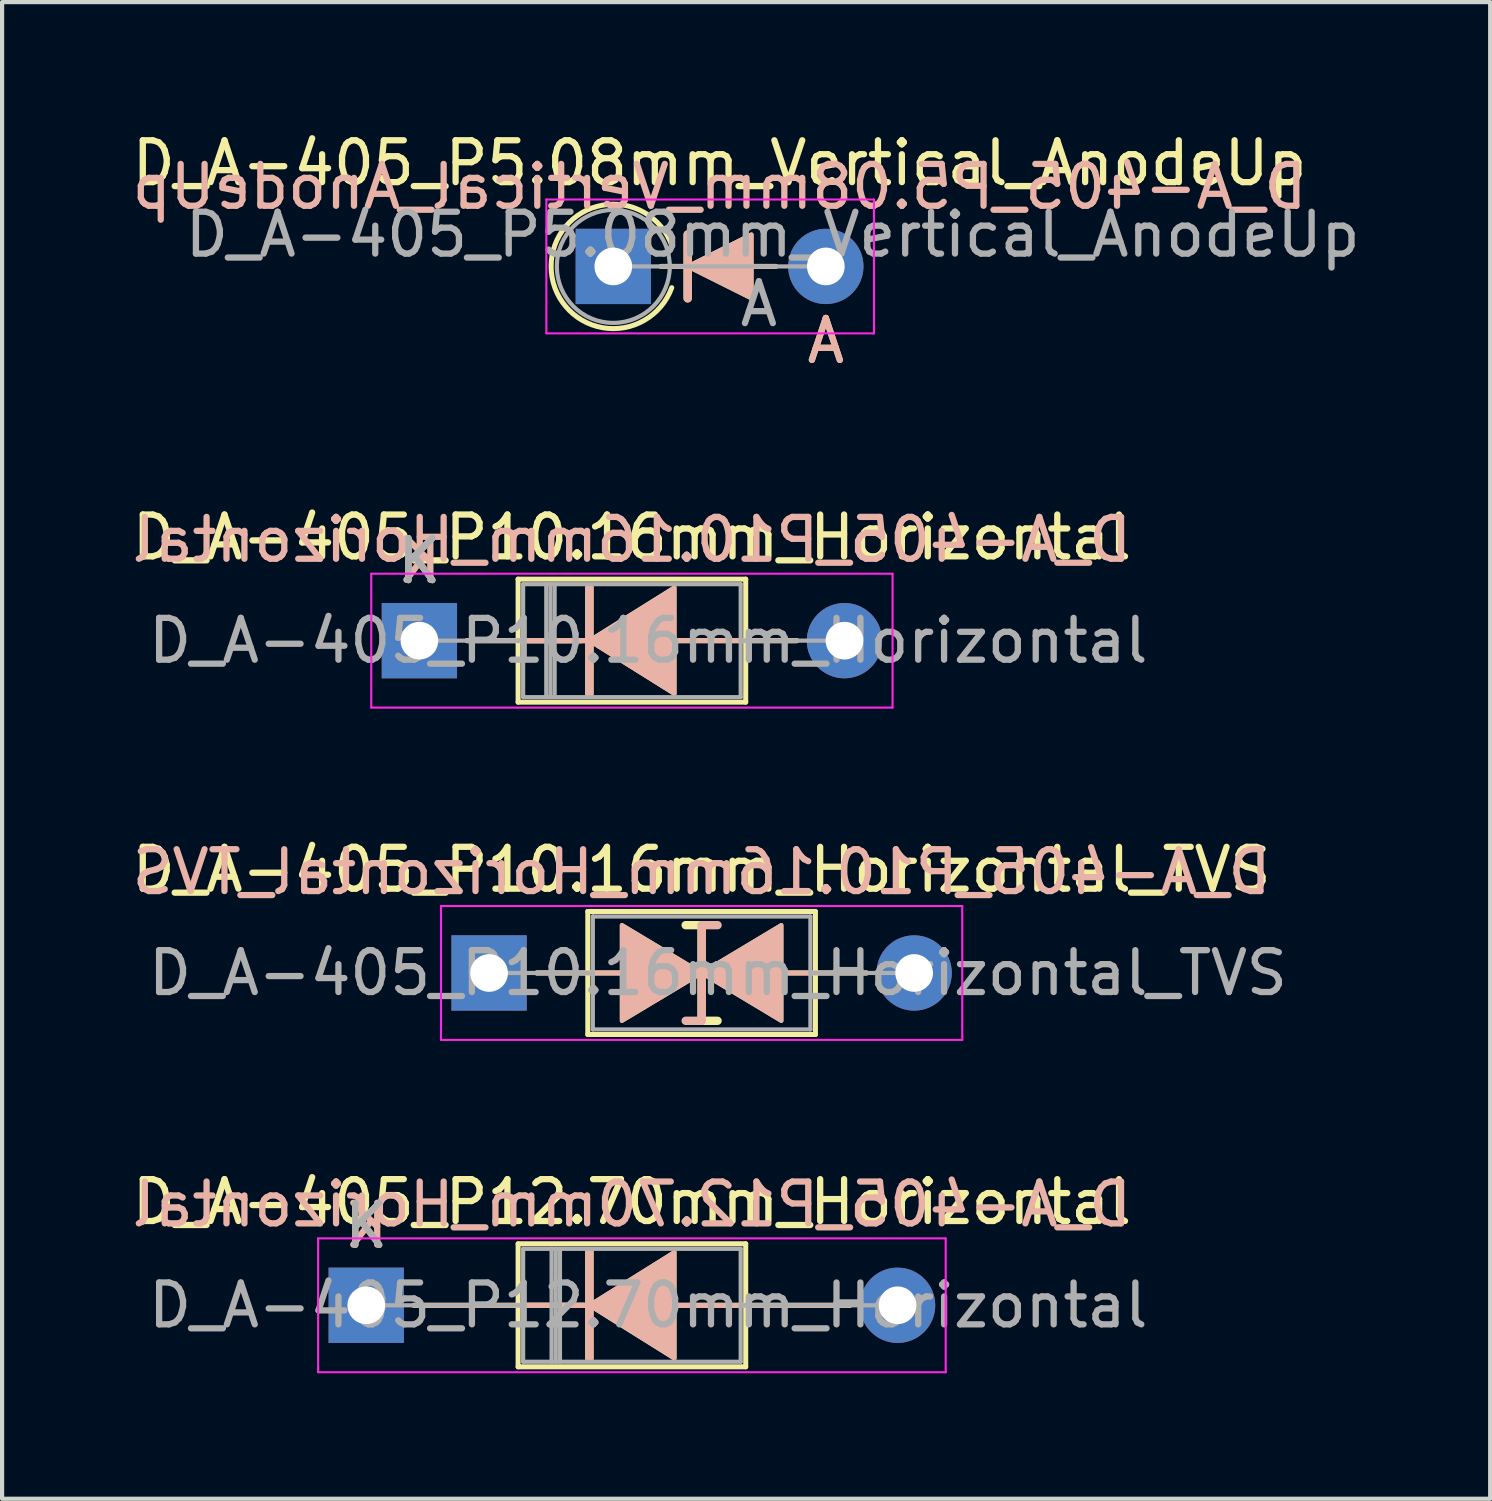
<source format=kicad_pcb>
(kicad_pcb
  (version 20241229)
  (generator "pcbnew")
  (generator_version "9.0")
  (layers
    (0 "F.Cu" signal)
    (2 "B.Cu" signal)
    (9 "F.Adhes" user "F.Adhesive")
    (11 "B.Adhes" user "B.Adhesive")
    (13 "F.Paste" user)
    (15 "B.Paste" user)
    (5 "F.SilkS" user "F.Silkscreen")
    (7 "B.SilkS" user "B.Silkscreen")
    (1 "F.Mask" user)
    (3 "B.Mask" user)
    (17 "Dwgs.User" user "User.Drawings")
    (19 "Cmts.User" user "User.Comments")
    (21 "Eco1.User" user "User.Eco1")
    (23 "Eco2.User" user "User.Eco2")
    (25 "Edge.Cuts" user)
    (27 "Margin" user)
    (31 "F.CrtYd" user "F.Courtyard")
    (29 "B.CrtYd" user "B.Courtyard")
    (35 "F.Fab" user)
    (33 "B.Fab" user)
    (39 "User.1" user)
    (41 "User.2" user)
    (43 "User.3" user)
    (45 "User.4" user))
  (footprint "D_A-405_P10.16mm_Horizontal"
    (layer "F.Cu")
    (at 6.974 12.263)
    (property "Reference" "D_A-405_P10.16mm_Horizontal" (at 5.08 -2.47 0) (layer "F.SilkS") (effects (font (size 1 1) (thickness 0.15))))
    (fp_line (start 1.14 0) (end 2.36 0) (stroke (width 0.12) (type solid)) (layer "F.SilkS"))
    (fp_line (start 2.36 -1.47) (end 2.36 1.47) (stroke (width 0.12) (type solid)) (layer "F.SilkS"))
    (fp_line (start 2.36 1.47) (end 7.8 1.47) (stroke (width 0.12) (type solid)) (layer "F.SilkS"))
    (fp_line (start 2.54 0) (end 4.064 0) (stroke (width 0.12) (type solid)) (layer "F.SilkS"))
    (fp_line (start 3.87 0) (end 2.36 0) (stroke (width 0.12) (type solid)) (layer "F.SilkS"))
    (fp_line (start 4.064 -1.27) (end 4.064 1.27) (stroke (width 0.2) (type solid)) (layer "F.SilkS"))
    (fp_line (start 7.8 -1.47) (end 2.36 -1.47) (stroke (width 0.12) (type solid)) (layer "F.SilkS"))
    (fp_line (start 7.8 0) (end 6.096 0) (stroke (width 0.12) (type solid)) (layer "F.SilkS"))
    (fp_line (start 7.8 1.47) (end 7.8 -1.47) (stroke (width 0.12) (type solid)) (layer "F.SilkS"))
    (fp_line (start 9.02 0) (end 7.8 0) (stroke (width 0.12) (type solid)) (layer "F.SilkS"))
    (fp_poly (pts (xy 6.096 1.27) (xy 4.064 0) (xy 6.096 -1.27)) (stroke (width 0.1) (type solid)) (fill yes) (layer "F.SilkS"))
    (fp_line (start 1.14 0) (end 2.36 0) (stroke (width 0.12) (type solid)) (layer "B.SilkS"))
    (fp_line (start 2.54 0) (end 4.064 0) (stroke (width 0.12) (type solid)) (layer "B.SilkS"))
    (fp_line (start 3.87 0) (end 2.36 0) (stroke (width 0.12) (type solid)) (layer "B.SilkS"))
    (fp_line (start 4.064 1.27) (end 4.064 -1.27) (stroke (width 0.2) (type solid)) (layer "B.SilkS"))
    (fp_line (start 7.8 0) (end 6.096 0) (stroke (width 0.12) (type solid)) (layer "B.SilkS"))
    (fp_line (start 9.02 0) (end 7.8 0) (stroke (width 0.12) (type solid)) (layer "B.SilkS"))
    (fp_poly (pts (xy 6.096 -1.27) (xy 4.064 0) (xy 6.096 1.27)) (stroke (width 0.1) (type solid)) (fill yes) (layer "B.SilkS"))
    (fp_line (start -1.15 -1.6) (end -1.15 1.6) (stroke (width 0.05) (type solid)) (layer "F.CrtYd"))
    (fp_line (start -1.15 1.6) (end 11.31 1.6) (stroke (width 0.05) (type solid)) (layer "F.CrtYd"))
    (fp_line (start 11.31 -1.6) (end -1.15 -1.6) (stroke (width 0.05) (type solid)) (layer "F.CrtYd"))
    (fp_line (start 11.31 1.6) (end 11.31 -1.6) (stroke (width 0.05) (type solid)) (layer "F.CrtYd"))
    (fp_line (start 0 0) (end 2.48 0) (stroke (width 0.1) (type solid)) (layer "F.Fab"))
    (fp_line (start 2.48 -1.35) (end 2.48 1.35) (stroke (width 0.1) (type solid)) (layer "F.Fab"))
    (fp_line (start 2.48 1.35) (end 7.68 1.35) (stroke (width 0.1) (type solid)) (layer "F.Fab"))
    (fp_line (start 3.033 -1.35) (end 3.033 1.35) (stroke (width 0.1) (type solid)) (layer "F.Fab"))
    (fp_line (start 3.133 -1.35) (end 3.133 1.35) (stroke (width 0.1) (type solid)) (layer "F.Fab"))
    (fp_line (start 3.233 -1.35) (end 3.233 1.35) (stroke (width 0.1) (type solid)) (layer "F.Fab"))
    (fp_line (start 7.68 -1.35) (end 2.48 -1.35) (stroke (width 0.1) (type solid)) (layer "F.Fab"))
    (fp_line (start 7.68 1.35) (end 7.68 -1.35) (stroke (width 0.1) (type solid)) (layer "F.Fab"))
    (fp_line (start 10.16 0) (end 7.68 0) (stroke (width 0.1) (type solid)) (layer "F.Fab"))
    (fp_text user "K" (at 0 -1.905 0) (layer "F.SilkS") (effects (font (size 1 1) (thickness 0.15))))
    (fp_text user "${REFERENCE}" (at 5.08 -2.413 0) (layer "B.SilkS") (effects (font (size 1 1) (thickness 0.15)) (justify mirror)))
    (fp_text user "K" (at 0 -1.91 0) (layer "B.SilkS") (effects (font (size 1 1) (thickness 0.15)) (justify mirror)))
    (fp_text user "${REFERENCE}" (at 5.47 0 0) (layer "F.Fab") (effects (font (size 1 1) (thickness 0.15))))
    (fp_text user "K" (at 0 -1.9 0) (layer "F.Fab") (effects (font (size 1 1) (thickness 0.15))))
    (fp_text user "K" (at 0 -1.905 0) (layer "F.Fab") (effects (font (size 1 1) (thickness 0.15))))
    (pad "1" thru_hole rect (at 0 0) (size 1.8 1.8) (drill 0.9) (layers "*.Cu" "*.Mask"))
    (pad "2" thru_hole oval (at 10.16 0) (size 1.8 1.8) (drill 0.9) (layers "*.Cu" "*.Mask")))
  (footprint "D_A-405_P10.16mm_Horizontal_TVS"
    (layer "F.Cu")
    (at 8.64 20.206)
    (property "Reference" "D_A-405_P10.16mm_Horizontal_TVS" (at 5.08 -2.47 0) (layer "F.SilkS") (effects (font (size 1 1) (thickness 0.15))))
    (fp_line (start 1.14 0) (end 2.36 0) (stroke (width 0.12) (type solid)) (layer "F.SilkS"))
    (fp_line (start 2.36 -1.47) (end 2.36 1.47) (stroke (width 0.12) (type solid)) (layer "F.SilkS"))
    (fp_line (start 2.36 0) (end 3.175 0) (stroke (width 0.12) (type solid)) (layer "F.SilkS"))
    (fp_line (start 2.36 1.47) (end 7.8 1.47) (stroke (width 0.12) (type solid)) (layer "F.SilkS"))
    (fp_line (start 5.08 -1.143) (end 4.699 -1.143) (stroke (width 0.2) (type solid)) (layer "F.SilkS"))
    (fp_line (start 5.08 1.143) (end 5.08 -1.143) (stroke (width 0.2) (type solid)) (layer "F.SilkS"))
    (fp_line (start 5.461 1.143) (end 5.08 1.143) (stroke (width 0.2) (type solid)) (layer "F.SilkS"))
    (fp_line (start 7.8 -1.47) (end 2.36 -1.47) (stroke (width 0.12) (type solid)) (layer "F.SilkS"))
    (fp_line (start 7.8 0) (end 6.985 0) (stroke (width 0.12) (type solid)) (layer "F.SilkS"))
    (fp_line (start 7.8 1.47) (end 7.8 -1.47) (stroke (width 0.12) (type solid)) (layer "F.SilkS"))
    (fp_line (start 9.02 0) (end 7.8 0) (stroke (width 0.12) (type solid)) (layer "F.SilkS"))
    (fp_poly (pts (xy 5.08 0) (xy 3.175 1.143) (xy 3.175 -1.143)) (stroke (width 0.1) (type solid)) (fill yes) (layer "F.SilkS"))
    (fp_poly (pts (xy 5.08 0) (xy 6.985 -1.143) (xy 6.985 1.143)) (stroke (width 0.1) (type solid)) (fill yes) (layer "F.SilkS"))
    (fp_line (start 1.14 0) (end 2.36 0) (stroke (width 0.12) (type solid)) (layer "B.SilkS"))
    (fp_line (start 2.36 0) (end 3.175 0) (stroke (width 0.12) (type solid)) (layer "B.SilkS"))
    (fp_line (start 5.08 -1.143) (end 5.08 1.143) (stroke (width 0.2) (type solid)) (layer "B.SilkS"))
    (fp_line (start 5.08 1.143) (end 4.699 1.143) (stroke (width 0.2) (type solid)) (layer "B.SilkS"))
    (fp_line (start 5.461 -1.143) (end 5.08 -1.143) (stroke (width 0.2) (type solid)) (layer "B.SilkS"))
    (fp_line (start 7.8 0) (end 6.985 0) (stroke (width 0.12) (type solid)) (layer "B.SilkS"))
    (fp_line (start 9.02 0) (end 7.8 0) (stroke (width 0.12) (type solid)) (layer "B.SilkS"))
    (fp_poly (pts (xy 5.08 0) (xy 3.175 -1.143) (xy 3.175 1.143)) (stroke (width 0.1) (type solid)) (fill yes) (layer "B.SilkS"))
    (fp_poly (pts (xy 5.08 0) (xy 6.985 1.143) (xy 6.985 -1.143)) (stroke (width 0.1) (type solid)) (fill yes) (layer "B.SilkS"))
    (fp_line (start -1.15 -1.6) (end -1.15 1.6) (stroke (width 0.05) (type solid)) (layer "F.CrtYd"))
    (fp_line (start -1.15 1.6) (end 11.31 1.6) (stroke (width 0.05) (type solid)) (layer "F.CrtYd"))
    (fp_line (start 11.31 -1.6) (end -1.15 -1.6) (stroke (width 0.05) (type solid)) (layer "F.CrtYd"))
    (fp_line (start 11.31 1.6) (end 11.31 -1.6) (stroke (width 0.05) (type solid)) (layer "F.CrtYd"))
    (fp_line (start 0 0) (end 2.48 0) (stroke (width 0.1) (type solid)) (layer "F.Fab"))
    (fp_line (start 2.48 -1.35) (end 2.48 1.35) (stroke (width 0.1) (type solid)) (layer "F.Fab"))
    (fp_line (start 2.48 1.35) (end 7.68 1.35) (stroke (width 0.1) (type solid)) (layer "F.Fab"))
    (fp_line (start 7.68 -1.35) (end 2.48 -1.35) (stroke (width 0.1) (type solid)) (layer "F.Fab"))
    (fp_line (start 7.68 1.35) (end 7.68 -1.35) (stroke (width 0.1) (type solid)) (layer "F.Fab"))
    (fp_line (start 10.16 0) (end 7.68 0) (stroke (width 0.1) (type solid)) (layer "F.Fab"))
    (fp_text user "${REFERENCE}" (at 5.08 -2.413 0) (layer "B.SilkS") (effects (font (size 1 1) (thickness 0.15)) (justify mirror)))
    (fp_text user "${REFERENCE}" (at 5.47 0 0) (layer "F.Fab") (effects (font (size 1 1) (thickness 0.15))))
    (pad "1" thru_hole rect (at 0 0) (size 1.8 1.8) (drill 0.9) (layers "*.Cu" "*.Mask"))
    (pad "2" thru_hole oval (at 10.16 0) (size 1.8 1.8) (drill 0.9) (layers "*.Cu" "*.Mask")))
  (footprint "D_A-405_P12.70mm_Horizontal"
    (layer "F.Cu")
    (at 5.704 28.149)
    (property "Reference" "D_A-405_P12.70mm_Horizontal" (at 6.35 -2.47 0) (layer "F.SilkS") (effects (font (size 1 1) (thickness 0.15))))
    (fp_line (start 1.14 0) (end 3.63 0) (stroke (width 0.12) (type solid)) (layer "F.SilkS"))
    (fp_line (start 3.63 -1.47) (end 3.63 1.47) (stroke (width 0.12) (type solid)) (layer "F.SilkS"))
    (fp_line (start 3.63 0) (end 5.2 0) (stroke (width 0.12) (type solid)) (layer "F.SilkS"))
    (fp_line (start 3.63 1.47) (end 9.07 1.47) (stroke (width 0.12) (type solid)) (layer "F.SilkS"))
    (fp_line (start 5.334 -1.27) (end 5.334 1.27) (stroke (width 0.2) (type solid)) (layer "F.SilkS"))
    (fp_line (start 5.334 0) (end 3.8 0) (stroke (width 0.12) (type solid)) (layer "F.SilkS"))
    (fp_line (start 9.07 -1.47) (end 3.63 -1.47) (stroke (width 0.12) (type solid)) (layer "F.SilkS"))
    (fp_line (start 9.07 0) (end 7.429 0) (stroke (width 0.12) (type solid)) (layer "F.SilkS"))
    (fp_line (start 9.07 1.47) (end 9.07 -1.47) (stroke (width 0.12) (type solid)) (layer "F.SilkS"))
    (fp_line (start 11.56 0) (end 9.07 0) (stroke (width 0.12) (type solid)) (layer "F.SilkS"))
    (fp_poly (pts (xy 7.366 1.27) (xy 5.334 0) (xy 7.366 -1.27)) (stroke (width 0.1) (type solid)) (fill yes) (layer "F.SilkS"))
    (fp_line (start 1.14 0) (end 3.63 0) (stroke (width 0.12) (type solid)) (layer "B.SilkS"))
    (fp_line (start 3.63 0) (end 5.2 0) (stroke (width 0.12) (type solid)) (layer "B.SilkS"))
    (fp_line (start 5.334 0) (end 3.8 0) (stroke (width 0.12) (type solid)) (layer "B.SilkS"))
    (fp_line (start 5.334 1.27) (end 5.334 -1.27) (stroke (width 0.2) (type solid)) (layer "B.SilkS"))
    (fp_line (start 9.07 0) (end 7.429 0) (stroke (width 0.12) (type solid)) (layer "B.SilkS"))
    (fp_line (start 11.56 0) (end 9.07 0) (stroke (width 0.12) (type solid)) (layer "B.SilkS"))
    (fp_poly (pts (xy 7.366 -1.27) (xy 5.334 0) (xy 7.366 1.27)) (stroke (width 0.1) (type solid)) (fill yes) (layer "B.SilkS"))
    (fp_line (start -1.15 -1.6) (end -1.15 1.6) (stroke (width 0.05) (type solid)) (layer "F.CrtYd"))
    (fp_line (start -1.15 1.6) (end 13.85 1.6) (stroke (width 0.05) (type solid)) (layer "F.CrtYd"))
    (fp_line (start 13.85 -1.6) (end -1.15 -1.6) (stroke (width 0.05) (type solid)) (layer "F.CrtYd"))
    (fp_line (start 13.85 1.6) (end 13.85 -1.6) (stroke (width 0.05) (type solid)) (layer "F.CrtYd"))
    (fp_line (start 0 0) (end 3.75 0) (stroke (width 0.1) (type solid)) (layer "F.Fab"))
    (fp_line (start 3.75 -1.35) (end 3.75 1.35) (stroke (width 0.1) (type solid)) (layer "F.Fab"))
    (fp_line (start 3.75 1.35) (end 8.95 1.35) (stroke (width 0.1) (type solid)) (layer "F.Fab"))
    (fp_line (start 4.43 -1.35) (end 4.43 1.35) (stroke (width 0.1) (type solid)) (layer "F.Fab"))
    (fp_line (start 4.53 -1.35) (end 4.53 1.35) (stroke (width 0.1) (type solid)) (layer "F.Fab"))
    (fp_line (start 4.63 -1.35) (end 4.63 1.35) (stroke (width 0.1) (type solid)) (layer "F.Fab"))
    (fp_line (start 8.95 -1.35) (end 3.75 -1.35) (stroke (width 0.1) (type solid)) (layer "F.Fab"))
    (fp_line (start 8.95 1.35) (end 8.95 -1.35) (stroke (width 0.1) (type solid)) (layer "F.Fab"))
    (fp_line (start 12.7 0) (end 8.95 0) (stroke (width 0.1) (type solid)) (layer "F.Fab"))
    (fp_text user "K" (at 0 -1.9 0) (layer "F.SilkS") (effects (font (size 1 1) (thickness 0.15))))
    (fp_text user "${REFERENCE}" (at 6.35 -2.413 0) (layer "B.SilkS") (effects (font (size 1 1) (thickness 0.15)) (justify mirror)))
    (fp_text user "K" (at 0 -1.905 0) (layer "B.SilkS") (effects (font (size 1 1) (thickness 0.15)) (justify mirror)))
    (fp_text user "${REFERENCE}" (at 6.74 0 0) (layer "F.Fab") (effects (font (size 1 1) (thickness 0.15))))
    (fp_text user "K" (at 0 -1.9 0) (layer "F.Fab") (effects (font (size 1 1) (thickness 0.15))))
    (pad "1" thru_hole rect (at 0 0) (size 1.8 1.8) (drill 0.9) (layers "*.Cu" "*.Mask"))
    (pad "2" thru_hole oval (at 12.7 0) (size 1.8 1.8) (drill 0.9) (layers "*.Cu" "*.Mask")))
  (footprint "D_A-405_P5.08mm_Vertical_AnodeUp"
    (layer "F.Cu")
    (at 11.609 3.318)
    (property "Reference" "D_A-405_P5.08mm_Vertical_AnodeUp" (at 2.54 -2.47 0) (layer "F.SilkS") (effects (font (size 1 1) (thickness 0.15))))
    (fp_line (start 1.143 0) (end 3.88 0) (stroke (width 0.12) (type solid)) (layer "F.SilkS"))
    (fp_line (start 1.778 -0.762) (end 1.778 0.762) (stroke (width 0.2) (type solid)) (layer "F.SilkS"))
    (fp_arc (start 1.396999 0.508) (mid -1.486496 0.000001) (end 1.396999 -0.507999) (stroke (width 0.12) (type solid)) (layer "F.SilkS"))
    (fp_poly (pts (xy 3.302 0.762) (xy 1.778 0) (xy 3.302 -0.762)) (stroke (width 0.1) (type solid)) (fill yes) (layer "F.SilkS"))
    (fp_line (start 1.143 0) (end 3.88 0) (stroke (width 0.12) (type solid)) (layer "B.SilkS"))
    (fp_line (start 1.778 0.762) (end 1.778 -0.762) (stroke (width 0.2) (type solid)) (layer "B.SilkS"))
    (fp_poly (pts (xy 3.302 -0.762) (xy 1.778 0) (xy 3.302 0.762)) (stroke (width 0.1) (type solid)) (fill yes) (layer "B.SilkS"))
    (fp_line (start -1.6 -1.6) (end -1.6 1.6) (stroke (width 0.05) (type solid)) (layer "F.CrtYd"))
    (fp_line (start -1.6 1.6) (end 6.23 1.6) (stroke (width 0.05) (type solid)) (layer "F.CrtYd"))
    (fp_line (start 6.23 -1.6) (end -1.6 -1.6) (stroke (width 0.05) (type solid)) (layer "F.CrtYd"))
    (fp_line (start 6.23 1.6) (end 6.23 -1.6) (stroke (width 0.05) (type solid)) (layer "F.CrtYd"))
    (fp_line (start 0 0) (end 5.08 0) (stroke (width 0.1) (type solid)) (layer "F.Fab"))
    (fp_circle (center 0 0) (end 1.35 0) (stroke (width 0.1) (type solid)) (fill no) (layer "F.Fab"))
    (fp_text user "A" (at 5.08 1.778 0) (layer "F.SilkS") (effects (font (size 1 1) (thickness 0.15))))
    (fp_text user "A" (at 5.08 1.778 0) (layer "B.SilkS") (effects (font (size 1 1) (thickness 0.15)) (justify mirror)))
    (fp_text user "${REFERENCE}" (at 2.54 -1.905 0) (layer "B.SilkS") (effects (font (size 1 1) (thickness 0.15)) (justify mirror)))
    (fp_text user "A" (at 3.48 0.9 0) (layer "F.Fab") (effects (font (size 1 1) (thickness 0.15))))
    (fp_text user "${REFERENCE}" (at 3.81 -0.762 0) (layer "F.Fab") (effects (font (size 1 1) (thickness 0.15))))
    (pad "1" thru_hole rect (at 0 0) (size 1.8 1.8) (drill 0.9) (layers "*.Cu" "*.Mask"))
    (pad "2" thru_hole oval (at 5.08 0) (size 1.8 1.8) (drill 0.9) (layers "*.Cu" "*.Mask")))
  (gr_rect
    (start -3 -3)
    (end 32.568 32.774)
    (stroke (width 0.1) (type default))
    (fill no)
    (layer "Edge.Cuts")))
</source>
